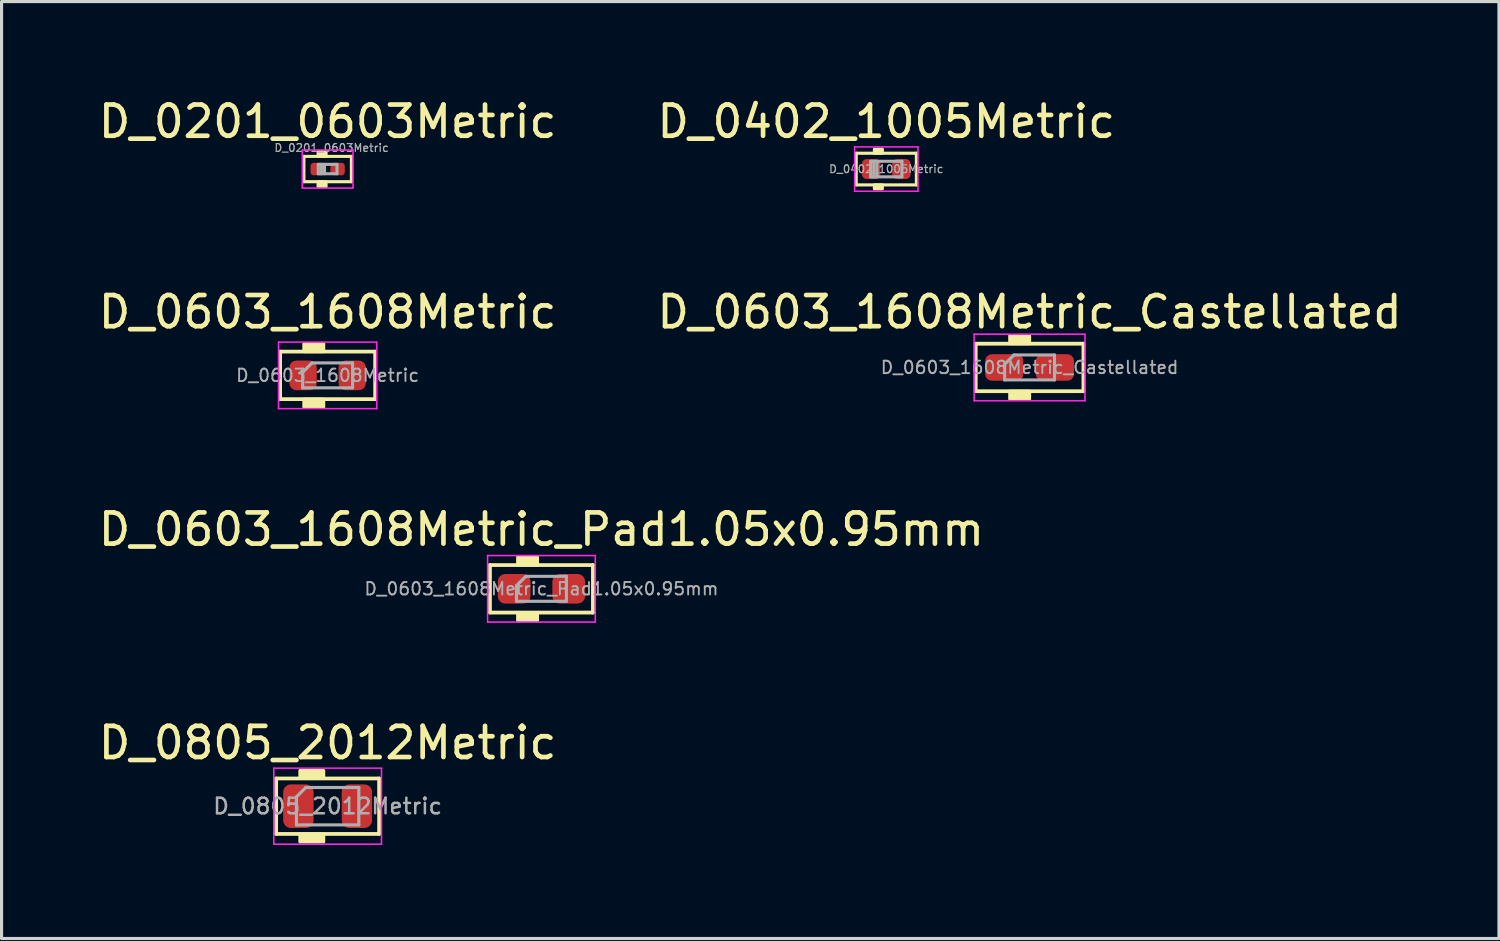
<source format=kicad_pcb>
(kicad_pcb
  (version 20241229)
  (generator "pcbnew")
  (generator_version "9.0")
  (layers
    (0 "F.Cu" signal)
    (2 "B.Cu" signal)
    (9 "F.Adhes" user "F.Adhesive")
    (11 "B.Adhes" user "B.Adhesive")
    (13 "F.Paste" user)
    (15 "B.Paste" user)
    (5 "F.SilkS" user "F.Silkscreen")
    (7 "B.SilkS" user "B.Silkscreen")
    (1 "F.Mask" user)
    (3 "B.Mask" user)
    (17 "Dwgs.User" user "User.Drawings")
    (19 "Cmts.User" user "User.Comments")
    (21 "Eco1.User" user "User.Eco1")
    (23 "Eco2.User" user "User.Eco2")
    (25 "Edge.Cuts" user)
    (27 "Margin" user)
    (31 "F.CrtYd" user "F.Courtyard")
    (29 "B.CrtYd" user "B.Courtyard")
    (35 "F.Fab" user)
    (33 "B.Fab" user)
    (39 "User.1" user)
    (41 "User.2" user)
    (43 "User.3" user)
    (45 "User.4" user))
  (footprint "D_0603_1608Metric_Pad1.05x0.95mm"
    (layer "F.Cu")
    (at 14.315 15.834)
    (property "Reference" "D_0603_1608Metric_Pad1.05x0.95mm" (at 0 -1.905 0) (layer "F.SilkS") (effects (font (size 1 1) (thickness 0.15))))
    (attr smd)
    (fp_line (start -1.651 -0.762) (end 1.651 -0.762) (stroke (width 0.12) (type solid)) (layer "F.SilkS"))
    (fp_line (start -1.651 0.762) (end -1.651 -0.762) (stroke (width 0.12) (type solid)) (layer "F.SilkS"))
    (fp_line (start 1.651 -0.762) (end 1.651 0.762) (stroke (width 0.12) (type solid)) (layer "F.SilkS"))
    (fp_line (start 1.651 0.762) (end -1.651 0.762) (stroke (width 0.12) (type solid)) (layer "F.SilkS"))
    (fp_poly (pts (xy -0.127 -0.762) (xy -0.762 -0.762) (xy -0.762 -1.016) (xy -0.127 -1.016)) (stroke (width 0.1) (type solid)) (fill yes) (layer "F.SilkS"))
    (fp_poly (pts (xy -0.127 1.016) (xy -0.762 1.016) (xy -0.762 0.762) (xy -0.127 0.762)) (stroke (width 0.1) (type solid)) (fill yes) (layer "F.SilkS"))
    (fp_line (start -1.727 -1.067) (end 1.727 -1.067) (stroke (width 0.05) (type solid)) (layer "F.CrtYd"))
    (fp_line (start -1.727 1.067) (end -1.727 -1.067) (stroke (width 0.05) (type solid)) (layer "F.CrtYd"))
    (fp_line (start 1.727 -1.067) (end 1.727 1.067) (stroke (width 0.05) (type solid)) (layer "F.CrtYd"))
    (fp_line (start 1.727 1.067) (end -1.727 1.067) (stroke (width 0.05) (type solid)) (layer "F.CrtYd"))
    (fp_line (start -0.8 -0.1) (end -0.8 0.4) (stroke (width 0.1) (type solid)) (layer "F.Fab"))
    (fp_line (start -0.8 0.4) (end 0.8 0.4) (stroke (width 0.1) (type solid)) (layer "F.Fab"))
    (fp_line (start -0.5 -0.4) (end -0.8 -0.1) (stroke (width 0.1) (type solid)) (layer "F.Fab"))
    (fp_line (start 0.8 -0.4) (end -0.5 -0.4) (stroke (width 0.1) (type solid)) (layer "F.Fab"))
    (fp_line (start 0.8 0.4) (end 0.8 -0.4) (stroke (width 0.1) (type solid)) (layer "F.Fab"))
    (fp_text user "${REFERENCE}" (at 0 0 0) (layer "F.Fab") (effects (font (size 0.4 0.4) (thickness 0.06))))
    (pad "1" smd roundrect (at -0.875 0) (size 1.05 0.95) (layers "F.Cu" "F.Mask" "F.Paste") (roundrect_rratio 0.25))
    (pad "2" smd roundrect (at 0.875 0) (size 1.05 0.95) (layers "F.Cu" "F.Mask" "F.Paste") (roundrect_rratio 0.25)))
  (footprint "D_0201_0603Metric"
    (layer "F.Cu")
    (at 7.458 2.372)
    (property "Reference" "D_0201_0603Metric" (at 0 -1.524 0) (layer "F.SilkS") (effects (font (size 1 1) (thickness 0.15))))
    (attr smd)
    (fp_line (start -0.762 -0.406) (end 0.762 -0.406) (stroke (width 0.1) (type solid)) (layer "F.SilkS"))
    (fp_line (start -0.762 0.406) (end -0.762 -0.406) (stroke (width 0.1) (type solid)) (layer "F.SilkS"))
    (fp_line (start 0.762 -0.406) (end 0.762 0.406) (stroke (width 0.1) (type solid)) (layer "F.SilkS"))
    (fp_line (start 0.762 0.406) (end -0.762 0.406) (stroke (width 0.1) (type solid)) (layer "F.SilkS"))
    (fp_poly (pts (xy -0.051 -0.406) (xy -0.305 -0.406) (xy -0.305 -0.559) (xy -0.051 -0.559)) (stroke (width 0.1) (type solid)) (fill yes) (layer "F.SilkS"))
    (fp_poly (pts (xy -0.051 0.559) (xy -0.305 0.559) (xy -0.305 0.406) (xy -0.051 0.406)) (stroke (width 0.1) (type solid)) (fill yes) (layer "F.SilkS"))
    (fp_line (start -0.813 -0.61) (end 0.813 -0.61) (stroke (width 0.05) (type solid)) (layer "F.CrtYd"))
    (fp_line (start -0.813 0.61) (end -0.813 -0.61) (stroke (width 0.05) (type solid)) (layer "F.CrtYd"))
    (fp_line (start 0.813 0.61) (end -0.813 0.61) (stroke (width 0.05) (type solid)) (layer "F.CrtYd"))
    (fp_line (start 0.813 0.61) (end 0.813 -0.61) (stroke (width 0.05) (type solid)) (layer "F.CrtYd"))
    (fp_line (start -0.3 -0.15) (end 0.3 -0.15) (stroke (width 0.1) (type solid)) (layer "F.Fab"))
    (fp_line (start -0.3 0.15) (end -0.3 -0.15) (stroke (width 0.1) (type solid)) (layer "F.Fab"))
    (fp_line (start -0.2 0.15) (end -0.2 -0.15) (stroke (width 0.1) (type solid)) (layer "F.Fab"))
    (fp_line (start -0.1 0.15) (end -0.1 -0.15) (stroke (width 0.1) (type solid)) (layer "F.Fab"))
    (fp_line (start 0.3 -0.15) (end 0.3 0.15) (stroke (width 0.1) (type solid)) (layer "F.Fab"))
    (fp_line (start 0.3 0.15) (end -0.3 0.15) (stroke (width 0.1) (type solid)) (layer "F.Fab"))
    (fp_text user "${REFERENCE}" (at 0.127 -0.68 0) (layer "F.Fab") (effects (font (size 0.25 0.25) (thickness 0.04))))
    (pad "" smd roundrect (at -0.345 0) (size 0.318 0.36) (layers "F.Paste") (roundrect_rratio 0.25))
    (pad "" smd roundrect (at 0.345 0) (size 0.318 0.36) (layers "F.Paste") (roundrect_rratio 0.25))
    (pad "1" smd roundrect (at -0.32 0) (size 0.46 0.4) (layers "F.Cu" "F.Mask") (roundrect_rratio 0.25))
    (pad "2" smd roundrect (at 0.32 0) (size 0.46 0.4) (layers "F.Cu" "F.Mask") (roundrect_rratio 0.25)))
  (footprint "D_0805_2012Metric"
    (layer "F.Cu")
    (at 7.458 22.806)
    (property "Reference" "D_0805_2012Metric" (at 0 -2.032 0) (layer "F.SilkS") (effects (font (size 1 1) (thickness 0.15))))
    (attr smd)
    (fp_line (start -1.651 -0.889) (end 1.651 -0.889) (stroke (width 0.12) (type solid)) (layer "F.SilkS"))
    (fp_line (start -1.651 -0.127) (end -1.651 -0.889) (stroke (width 0.12) (type solid)) (layer "F.SilkS"))
    (fp_line (start -1.651 0.889) (end -1.651 -0.127) (stroke (width 0.12) (type solid)) (layer "F.SilkS"))
    (fp_line (start 1.651 -0.889) (end 1.651 0.889) (stroke (width 0.12) (type solid)) (layer "F.SilkS"))
    (fp_line (start 1.651 0.889) (end -1.651 0.889) (stroke (width 0.12) (type solid)) (layer "F.SilkS"))
    (fp_poly (pts (xy -0.127 -0.889) (xy -0.889 -0.889) (xy -0.889 -1.143) (xy -0.127 -1.143)) (stroke (width 0.1) (type solid)) (fill yes) (layer "F.SilkS"))
    (fp_poly (pts (xy -0.127 1.143) (xy -0.889 1.143) (xy -0.889 0.889) (xy -0.127 0.889)) (stroke (width 0.1) (type solid)) (fill yes) (layer "F.SilkS"))
    (fp_line (start -1.727 -1.219) (end 1.727 -1.219) (stroke (width 0.05) (type solid)) (layer "F.CrtYd"))
    (fp_line (start -1.727 1.219) (end -1.727 -1.219) (stroke (width 0.05) (type solid)) (layer "F.CrtYd"))
    (fp_line (start 1.727 -1.219) (end 1.727 1.219) (stroke (width 0.05) (type solid)) (layer "F.CrtYd"))
    (fp_line (start 1.727 1.219) (end -1.727 1.219) (stroke (width 0.05) (type solid)) (layer "F.CrtYd"))
    (fp_line (start -1 -0.3) (end -1 0.6) (stroke (width 0.1) (type solid)) (layer "F.Fab"))
    (fp_line (start -1 0.6) (end 1 0.6) (stroke (width 0.1) (type solid)) (layer "F.Fab"))
    (fp_line (start -0.7 -0.6) (end -1 -0.3) (stroke (width 0.1) (type solid)) (layer "F.Fab"))
    (fp_line (start 1 -0.6) (end -0.7 -0.6) (stroke (width 0.1) (type solid)) (layer "F.Fab"))
    (fp_line (start 1 0.6) (end 1 -0.6) (stroke (width 0.1) (type solid)) (layer "F.Fab"))
    (fp_text user "${REFERENCE}" (at 0 0 0) (layer "F.Fab") (effects (font (size 0.5 0.5) (thickness 0.08))))
    (pad "1" smd roundrect (at -0.938 0) (size 0.975 1.4) (layers "F.Cu" "F.Mask" "F.Paste") (roundrect_rratio 0.25))
    (pad "2" smd roundrect (at 0.938 0) (size 0.975 1.4) (layers "F.Cu" "F.Mask" "F.Paste") (roundrect_rratio 0.25)))
  (footprint "D_0402_1005Metric"
    (layer "F.Cu")
    (at 25.375 2.372)
    (property "Reference" "D_0402_1005Metric" (at 0 -1.524 0) (layer "F.SilkS") (effects (font (size 1 1) (thickness 0.15))))
    (attr smd)
    (fp_line (start -0.965 -0.508) (end -0.965 0.508) (stroke (width 0.1) (type solid)) (layer "F.SilkS"))
    (fp_line (start -0.965 0.508) (end 0.965 0.508) (stroke (width 0.1) (type solid)) (layer "F.SilkS"))
    (fp_line (start 0.965 -0.508) (end -0.965 -0.508) (stroke (width 0.1) (type solid)) (layer "F.SilkS"))
    (fp_line (start 0.965 0.508) (end 0.965 -0.508) (stroke (width 0.1) (type solid)) (layer "F.SilkS"))
    (fp_poly (pts (xy -0.127 -0.508) (xy -0.381 -0.508) (xy -0.381 -0.635) (xy -0.127 -0.635)) (stroke (width 0.1) (type solid)) (fill yes) (layer "F.SilkS"))
    (fp_poly (pts (xy -0.127 0.635) (xy -0.381 0.635) (xy -0.381 0.508) (xy -0.127 0.508)) (stroke (width 0.1) (type solid)) (fill yes) (layer "F.SilkS"))
    (fp_line (start -1.016 -0.711) (end 1.016 -0.711) (stroke (width 0.05) (type solid)) (layer "F.CrtYd"))
    (fp_line (start -1.016 0.711) (end -1.016 -0.711) (stroke (width 0.05) (type solid)) (layer "F.CrtYd"))
    (fp_line (start 1.016 -0.711) (end 1.016 0.711) (stroke (width 0.05) (type solid)) (layer "F.CrtYd"))
    (fp_line (start 1.016 0.711) (end -1.016 0.711) (stroke (width 0.05) (type solid)) (layer "F.CrtYd"))
    (fp_line (start -0.5 -0.25) (end 0.5 -0.25) (stroke (width 0.1) (type solid)) (layer "F.Fab"))
    (fp_line (start -0.5 0.25) (end -0.5 -0.25) (stroke (width 0.1) (type solid)) (layer "F.Fab"))
    (fp_line (start -0.4 0.25) (end -0.4 -0.25) (stroke (width 0.1) (type solid)) (layer "F.Fab"))
    (fp_line (start -0.3 0.25) (end -0.3 -0.25) (stroke (width 0.1) (type solid)) (layer "F.Fab"))
    (fp_line (start 0.5 -0.25) (end 0.5 0.25) (stroke (width 0.1) (type solid)) (layer "F.Fab"))
    (fp_line (start 0.5 0.25) (end -0.5 0.25) (stroke (width 0.1) (type solid)) (layer "F.Fab"))
    (fp_text user "${REFERENCE}" (at 0 0 0) (layer "F.Fab") (effects (font (size 0.25 0.25) (thickness 0.04))))
    (pad "1" smd roundrect (at -0.485 0) (size 0.59 0.64) (layers "F.Cu" "F.Mask" "F.Paste") (roundrect_rratio 0.25))
    (pad "2" smd roundrect (at 0.485 0) (size 0.59 0.64) (layers "F.Cu" "F.Mask" "F.Paste") (roundrect_rratio 0.25)))
  (footprint "D_0603_1608Metric_Castellated"
    (layer "F.Cu")
    (at 29.97 8.735)
    (property "Reference" "D_0603_1608Metric_Castellated" (at 0 -1.778 0) (layer "F.SilkS") (effects (font (size 1 1) (thickness 0.15))))
    (attr smd)
    (fp_line (start -1.727 -0.762) (end -1.727 0.762) (stroke (width 0.12) (type solid)) (layer "F.SilkS"))
    (fp_line (start -1.727 0.762) (end 1.727 0.762) (stroke (width 0.12) (type solid)) (layer "F.SilkS"))
    (fp_line (start 1.727 -0.762) (end -1.727 -0.762) (stroke (width 0.12) (type solid)) (layer "F.SilkS"))
    (fp_line (start 1.727 0.762) (end 1.727 -0.762) (stroke (width 0.12) (type solid)) (layer "F.SilkS"))
    (fp_poly (pts (xy 0 -0.762) (xy -0.635 -0.762) (xy -0.635 -1.016) (xy 0 -1.016)) (stroke (width 0.1) (type solid)) (fill yes) (layer "F.SilkS"))
    (fp_poly (pts (xy 0 1.016) (xy -0.635 1.016) (xy -0.635 0.762) (xy 0 0.762)) (stroke (width 0.1) (type solid)) (fill yes) (layer "F.SilkS"))
    (fp_line (start -1.778 -1.067) (end 1.778 -1.067) (stroke (width 0.05) (type solid)) (layer "F.CrtYd"))
    (fp_line (start -1.778 1.067) (end -1.778 -1.067) (stroke (width 0.05) (type solid)) (layer "F.CrtYd"))
    (fp_line (start 1.778 -1.067) (end 1.778 1.067) (stroke (width 0.05) (type solid)) (layer "F.CrtYd"))
    (fp_line (start 1.778 1.067) (end -1.778 1.067) (stroke (width 0.05) (type solid)) (layer "F.CrtYd"))
    (fp_line (start -0.8 -0.1) (end -0.8 0.4) (stroke (width 0.1) (type solid)) (layer "F.Fab"))
    (fp_line (start -0.8 0.4) (end 0.8 0.4) (stroke (width 0.1) (type solid)) (layer "F.Fab"))
    (fp_line (start -0.5 -0.4) (end -0.8 -0.1) (stroke (width 0.1) (type solid)) (layer "F.Fab"))
    (fp_line (start 0.8 -0.4) (end -0.5 -0.4) (stroke (width 0.1) (type solid)) (layer "F.Fab"))
    (fp_line (start 0.8 0.4) (end 0.8 -0.4) (stroke (width 0.1) (type solid)) (layer "F.Fab"))
    (fp_text user "${REFERENCE}" (at 0 0 0) (layer "F.Fab") (effects (font (size 0.4 0.4) (thickness 0.06))))
    (pad "1" smd roundrect (at -0.812 0) (size 1.225 0.85) (layers "F.Cu" "F.Mask" "F.Paste") (roundrect_rratio 0.25))
    (pad "2" smd roundrect (at 0.812 0) (size 1.225 0.85) (layers "F.Cu" "F.Mask" "F.Paste") (roundrect_rratio 0.25)))
  (footprint "D_0603_1608Metric"
    (layer "F.Cu")
    (at 7.458 8.989)
    (property "Reference" "D_0603_1608Metric" (at 0 -2.032 0) (layer "F.SilkS") (effects (font (size 1 1) (thickness 0.15))))
    (attr smd)
    (fp_line (start -1.524 -0.762) (end -1.524 0.762) (stroke (width 0.12) (type solid)) (layer "F.SilkS"))
    (fp_line (start -1.524 0.762) (end 1.524 0.762) (stroke (width 0.12) (type solid)) (layer "F.SilkS"))
    (fp_line (start 1.524 -0.762) (end -1.524 -0.762) (stroke (width 0.12) (type solid)) (layer "F.SilkS"))
    (fp_line (start 1.524 0.762) (end 1.524 -0.762) (stroke (width 0.12) (type solid)) (layer "F.SilkS"))
    (fp_poly (pts (xy -0.127 -0.762) (xy -0.762 -0.762) (xy -0.762 -1.016) (xy -0.127 -1.016)) (stroke (width 0.1) (type solid)) (fill yes) (layer "F.SilkS"))
    (fp_poly (pts (xy -0.127 1.016) (xy -0.762 1.016) (xy -0.762 0.762) (xy -0.127 0.762)) (stroke (width 0.1) (type solid)) (fill yes) (layer "F.SilkS"))
    (fp_line (start -1.575 -1.067) (end 1.575 -1.067) (stroke (width 0.05) (type solid)) (layer "F.CrtYd"))
    (fp_line (start -1.575 1.067) (end -1.575 -1.067) (stroke (width 0.05) (type solid)) (layer "F.CrtYd"))
    (fp_line (start 1.575 -1.067) (end 1.575 1.067) (stroke (width 0.05) (type solid)) (layer "F.CrtYd"))
    (fp_line (start 1.575 1.067) (end -1.575 1.067) (stroke (width 0.05) (type solid)) (layer "F.CrtYd"))
    (fp_line (start -0.8 -0.1) (end -0.8 0.4) (stroke (width 0.1) (type solid)) (layer "F.Fab"))
    (fp_line (start -0.8 0.4) (end 0.8 0.4) (stroke (width 0.1) (type solid)) (layer "F.Fab"))
    (fp_line (start -0.5 -0.4) (end -0.8 -0.1) (stroke (width 0.1) (type solid)) (layer "F.Fab"))
    (fp_line (start 0.8 -0.4) (end -0.5 -0.4) (stroke (width 0.1) (type solid)) (layer "F.Fab"))
    (fp_line (start 0.8 0.4) (end 0.8 -0.4) (stroke (width 0.1) (type solid)) (layer "F.Fab"))
    (fp_text user "${REFERENCE}" (at 0 0 0) (layer "F.Fab") (effects (font (size 0.4 0.4) (thickness 0.06))))
    (pad "1" smd roundrect (at -0.787 0) (size 0.875 0.95) (layers "F.Cu" "F.Mask" "F.Paste") (roundrect_rratio 0.25))
    (pad "2" smd roundrect (at 0.787 0) (size 0.875 0.95) (layers "F.Cu" "F.Mask" "F.Paste") (roundrect_rratio 0.25)))
  (gr_rect
    (start -3 -3)
    (end 45.024 27.05)
    (stroke (width 0.1) (type default))
    (fill no)
    (layer "Edge.Cuts")))
</source>
